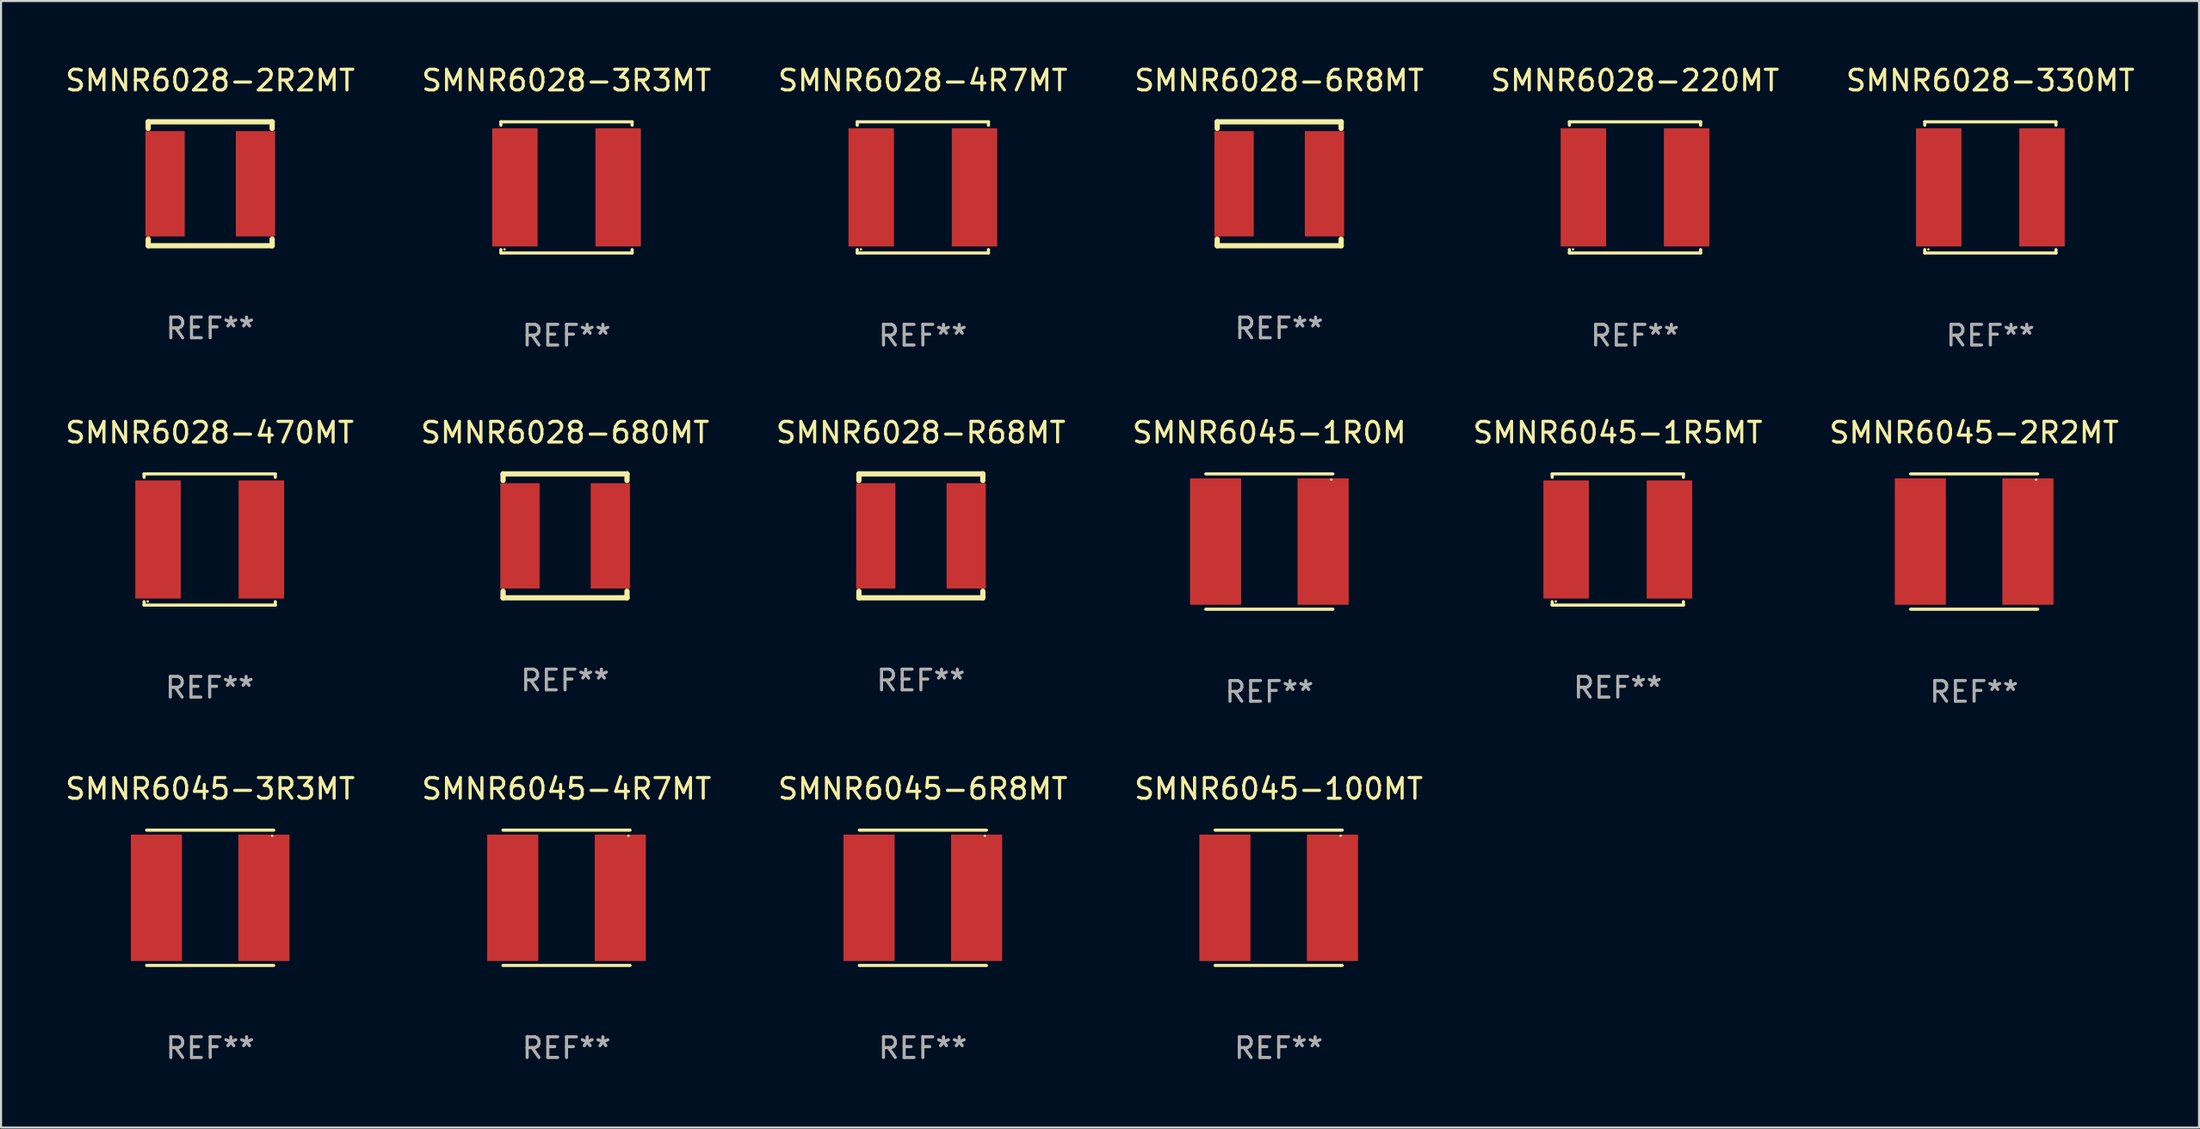
<source format=kicad_pcb>
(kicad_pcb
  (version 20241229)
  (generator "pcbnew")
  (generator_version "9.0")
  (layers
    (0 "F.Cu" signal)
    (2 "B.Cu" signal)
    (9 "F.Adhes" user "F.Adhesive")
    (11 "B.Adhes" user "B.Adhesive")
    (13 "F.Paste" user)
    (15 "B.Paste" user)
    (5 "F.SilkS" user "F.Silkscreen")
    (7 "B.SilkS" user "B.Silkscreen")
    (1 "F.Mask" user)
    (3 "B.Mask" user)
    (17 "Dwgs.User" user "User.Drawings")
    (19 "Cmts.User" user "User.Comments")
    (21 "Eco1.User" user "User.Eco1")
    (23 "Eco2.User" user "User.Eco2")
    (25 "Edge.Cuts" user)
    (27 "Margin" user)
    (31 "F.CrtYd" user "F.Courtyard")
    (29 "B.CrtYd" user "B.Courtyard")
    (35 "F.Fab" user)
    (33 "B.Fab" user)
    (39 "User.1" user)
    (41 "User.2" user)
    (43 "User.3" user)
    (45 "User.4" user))
  (footprint "SMNR6028-680MT"
    (layer "F.Cu")
    (at 24.304 22.897)
    (property "Reference" "SMNR6028-680MT" (at 0 -5 0) (layer "F.SilkS") (effects (font (size 1 1) (thickness 0.15))))
    (attr through_hole)
    (fp_line (start -3 -3) (end 3 -3) (stroke (width 0.254) (type solid)) (layer "F.SilkS"))
    (fp_line (start -3 -2.681) (end -3 -3) (stroke (width 0.254) (type solid)) (layer "F.SilkS"))
    (fp_line (start -3 3) (end -3 2.681) (stroke (width 0.254) (type solid)) (layer "F.SilkS"))
    (fp_line (start 3 -3) (end 3 -2.681) (stroke (width 0.254) (type solid)) (layer "F.SilkS"))
    (fp_line (start 3 2.681) (end 3 3) (stroke (width 0.254) (type solid)) (layer "F.SilkS"))
    (fp_line (start 3 3) (end -3 3) (stroke (width 0.254) (type solid)) (layer "F.SilkS"))
    (fp_circle (center -3 3) (end -2.97 3) (stroke (width 0.06) (type solid)) (fill no) (layer "F.SilkS"))
    (fp_text user "REF**" (at 0 7 0) (layer "F.Fab") (effects (font (size 1 1) (thickness 0.15))))
    (pad "1" smd rect (at -2.183 0) (size 1.9 5.1) (layers "F.Cu" "F.Mask" "F.Paste"))
    (pad "2" smd rect (at 2.193 0) (size 1.9 5.1) (layers "F.Cu" "F.Mask" "F.Paste")))
  (footprint "SMNR6028-3R3MT"
    (layer "F.Cu")
    (at 24.375 6.024)
    (property "Reference" "SMNR6028-3R3MT" (at 0 -5.176 0) (layer "F.SilkS") (effects (font (size 1 1) (thickness 0.15))))
    (attr through_hole)
    (fp_line (start -3.176 -3.176) (end 3.176 -3.176) (stroke (width 0.152) (type solid)) (layer "F.SilkS"))
    (fp_line (start -3.176 -3.012) (end -3.176 -3.176) (stroke (width 0.152) (type solid)) (layer "F.SilkS"))
    (fp_line (start -3.176 3.012) (end -3.176 3.176) (stroke (width 0.152) (type solid)) (layer "F.SilkS"))
    (fp_line (start -3.176 3.176) (end 3.176 3.176) (stroke (width 0.152) (type solid)) (layer "F.SilkS"))
    (fp_line (start 3.176 -3.176) (end 3.176 -3.012) (stroke (width 0.152) (type solid)) (layer "F.SilkS"))
    (fp_line (start 3.176 3.176) (end 3.176 3.012) (stroke (width 0.152) (type solid)) (layer "F.SilkS"))
    (fp_circle (center -3 3) (end -2.97 3) (stroke (width 0.06) (type solid)) (fill no) (layer "F.SilkS"))
    (fp_text user "REF**" (at 0 7.176 0) (layer "F.Fab") (effects (font (size 1 1) (thickness 0.15))))
    (pad "1" smd rect (at -2.5 0) (size 2.2 5.72) (layers "F.Cu" "F.Mask" "F.Paste"))
    (pad "2" smd rect (at 2.5 0) (size 2.2 5.72) (layers "F.Cu" "F.Mask" "F.Paste")))
  (footprint "SMNR6045-1R5MT"
    (layer "F.Cu")
    (at 75.268 23.073)
    (property "Reference" "SMNR6045-1R5MT" (at 0 -5.176 0) (layer "F.SilkS") (effects (font (size 1 1) (thickness 0.15))))
    (attr through_hole)
    (fp_line (start -3.176 -3.176) (end 3.176 -3.176) (stroke (width 0.152) (type solid)) (layer "F.SilkS"))
    (fp_line (start -3.176 -3.012) (end -3.176 -3.176) (stroke (width 0.152) (type solid)) (layer "F.SilkS"))
    (fp_line (start -3.176 3.012) (end -3.176 3.176) (stroke (width 0.152) (type solid)) (layer "F.SilkS"))
    (fp_line (start -3.176 3.176) (end 3.176 3.176) (stroke (width 0.152) (type solid)) (layer "F.SilkS"))
    (fp_line (start 3.176 -3.176) (end 3.176 -3.012) (stroke (width 0.152) (type solid)) (layer "F.SilkS"))
    (fp_line (start 3.176 3.176) (end 3.176 3.012) (stroke (width 0.152) (type solid)) (layer "F.SilkS"))
    (fp_circle (center -3 3) (end -2.97 3) (stroke (width 0.06) (type solid)) (fill no) (layer "F.SilkS"))
    (fp_text user "REF**" (at 0 7.176 0) (layer "F.Fab") (effects (font (size 1 1) (thickness 0.15))))
    (pad "1" smd rect (at -2.5 0) (size 2.2 5.72) (layers "F.Cu" "F.Mask" "F.Paste"))
    (pad "2" smd rect (at 2.5 0) (size 2.2 5.72) (layers "F.Cu" "F.Mask" "F.Paste")))
  (footprint "SMNR6045-3R3MT"
    (layer "F.Cu")
    (at 7.125 40.422)
    (property "Reference" "SMNR6045-3R3MT" (at 0 -5.276 0) (layer "F.SilkS") (effects (font (size 1 1) (thickness 0.15))))
    (attr through_hole)
    (fp_line (start -3.076 -3.276) (end 3.076 -3.276) (stroke (width 0.152) (type solid)) (layer "F.SilkS"))
    (fp_line (start 3.076 3.276) (end -3.076 3.276) (stroke (width 0.152) (type solid)) (layer "F.SilkS"))
    (fp_circle (center 3 -3) (end 3.03 -3) (stroke (width 0.06) (type solid)) (fill no) (layer "F.SilkS"))
    (fp_text user "REF**" (at 0 7.276 0) (layer "F.Fab") (effects (font (size 1 1) (thickness 0.15))))
    (pad "1" smd rect (at 2.603 0) (size 2.474 6.12) (layers "F.Cu" "F.Mask" "F.Paste"))
    (pad "2" smd rect (at -2.603 0) (size 2.474 6.12) (layers "F.Cu" "F.Mask" "F.Paste")))
  (footprint "SMNR6028-330MT"
    (layer "F.Cu")
    (at 93.304 6.024)
    (property "Reference" "SMNR6028-330MT" (at 0 -5.176 0) (layer "F.SilkS") (effects (font (size 1 1) (thickness 0.15))))
    (attr through_hole)
    (fp_line (start -3.176 -3.176) (end 3.176 -3.176) (stroke (width 0.152) (type solid)) (layer "F.SilkS"))
    (fp_line (start -3.176 -3.012) (end -3.176 -3.176) (stroke (width 0.152) (type solid)) (layer "F.SilkS"))
    (fp_line (start -3.176 3.012) (end -3.176 3.176) (stroke (width 0.152) (type solid)) (layer "F.SilkS"))
    (fp_line (start -3.176 3.176) (end 3.176 3.176) (stroke (width 0.152) (type solid)) (layer "F.SilkS"))
    (fp_line (start 3.176 -3.176) (end 3.176 -3.012) (stroke (width 0.152) (type solid)) (layer "F.SilkS"))
    (fp_line (start 3.176 3.176) (end 3.176 3.012) (stroke (width 0.152) (type solid)) (layer "F.SilkS"))
    (fp_circle (center -3 3) (end -2.97 3) (stroke (width 0.06) (type solid)) (fill no) (layer "F.SilkS"))
    (fp_text user "REF**" (at 0 7.176 0) (layer "F.Fab") (effects (font (size 1 1) (thickness 0.15))))
    (pad "1" smd rect (at -2.5 0) (size 2.2 5.72) (layers "F.Cu" "F.Mask" "F.Paste"))
    (pad "2" smd rect (at 2.5 0) (size 2.2 5.72) (layers "F.Cu" "F.Mask" "F.Paste")))
  (footprint "SMNR6028-R68MT"
    (layer "F.Cu")
    (at 41.53 22.897)
    (property "Reference" "SMNR6028-R68MT" (at 0 -5 0) (layer "F.SilkS") (effects (font (size 1 1) (thickness 0.15))))
    (attr through_hole)
    (fp_line (start -3 -3) (end 3 -3) (stroke (width 0.254) (type solid)) (layer "F.SilkS"))
    (fp_line (start -3 -2.681) (end -3 -3) (stroke (width 0.254) (type solid)) (layer "F.SilkS"))
    (fp_line (start -3 3) (end -3 2.681) (stroke (width 0.254) (type solid)) (layer "F.SilkS"))
    (fp_line (start 3 -3) (end 3 -2.681) (stroke (width 0.254) (type solid)) (layer "F.SilkS"))
    (fp_line (start 3 2.681) (end 3 3) (stroke (width 0.254) (type solid)) (layer "F.SilkS"))
    (fp_line (start 3 3) (end -3 3) (stroke (width 0.254) (type solid)) (layer "F.SilkS"))
    (fp_circle (center -3 3) (end -2.97 3) (stroke (width 0.06) (type solid)) (fill no) (layer "F.SilkS"))
    (fp_text user "REF**" (at 0 7 0) (layer "F.Fab") (effects (font (size 1 1) (thickness 0.15))))
    (pad "1" smd rect (at -2.183 0) (size 1.9 5.1) (layers "F.Cu" "F.Mask" "F.Paste"))
    (pad "2" smd rect (at 2.193 0) (size 1.9 5.1) (layers "F.Cu" "F.Mask" "F.Paste")))
  (footprint "SMNR6045-6R8MT"
    (layer "F.Cu")
    (at 41.625 40.422)
    (property "Reference" "SMNR6045-6R8MT" (at 0 -5.276 0) (layer "F.SilkS") (effects (font (size 1 1) (thickness 0.15))))
    (attr through_hole)
    (fp_line (start -3.076 -3.276) (end 3.076 -3.276) (stroke (width 0.152) (type solid)) (layer "F.SilkS"))
    (fp_line (start 3.076 3.276) (end -3.076 3.276) (stroke (width 0.152) (type solid)) (layer "F.SilkS"))
    (fp_circle (center 3 -3) (end 3.03 -3) (stroke (width 0.06) (type solid)) (fill no) (layer "F.SilkS"))
    (fp_text user "REF**" (at 0 7.276 0) (layer "F.Fab") (effects (font (size 1 1) (thickness 0.15))))
    (pad "1" smd rect (at 2.603 0) (size 2.474 6.12) (layers "F.Cu" "F.Mask" "F.Paste"))
    (pad "2" smd rect (at -2.603 0) (size 2.474 6.12) (layers "F.Cu" "F.Mask" "F.Paste")))
  (footprint "SMNR6045-4R7MT"
    (layer "F.Cu")
    (at 24.375 40.422)
    (property "Reference" "SMNR6045-4R7MT" (at 0 -5.276 0) (layer "F.SilkS") (effects (font (size 1 1) (thickness 0.15))))
    (attr through_hole)
    (fp_line (start -3.076 -3.276) (end 3.076 -3.276) (stroke (width 0.152) (type solid)) (layer "F.SilkS"))
    (fp_line (start 3.076 3.276) (end -3.076 3.276) (stroke (width 0.152) (type solid)) (layer "F.SilkS"))
    (fp_circle (center 3 -3) (end 3.03 -3) (stroke (width 0.06) (type solid)) (fill no) (layer "F.SilkS"))
    (fp_text user "REF**" (at 0 7.276 0) (layer "F.Fab") (effects (font (size 1 1) (thickness 0.15))))
    (pad "1" smd rect (at 2.603 0) (size 2.474 6.12) (layers "F.Cu" "F.Mask" "F.Paste"))
    (pad "2" smd rect (at -2.603 0) (size 2.474 6.12) (layers "F.Cu" "F.Mask" "F.Paste")))
  (footprint "SMNR6028-4R7MT"
    (layer "F.Cu")
    (at 41.625 6.024)
    (property "Reference" "SMNR6028-4R7MT" (at 0 -5.176 0) (layer "F.SilkS") (effects (font (size 1 1) (thickness 0.15))))
    (attr through_hole)
    (fp_line (start -3.176 -3.176) (end 3.176 -3.176) (stroke (width 0.152) (type solid)) (layer "F.SilkS"))
    (fp_line (start -3.176 -3.012) (end -3.176 -3.176) (stroke (width 0.152) (type solid)) (layer "F.SilkS"))
    (fp_line (start -3.176 3.012) (end -3.176 3.176) (stroke (width 0.152) (type solid)) (layer "F.SilkS"))
    (fp_line (start -3.176 3.176) (end 3.176 3.176) (stroke (width 0.152) (type solid)) (layer "F.SilkS"))
    (fp_line (start 3.176 -3.176) (end 3.176 -3.012) (stroke (width 0.152) (type solid)) (layer "F.SilkS"))
    (fp_line (start 3.176 3.176) (end 3.176 3.012) (stroke (width 0.152) (type solid)) (layer "F.SilkS"))
    (fp_circle (center -3 3) (end -2.97 3) (stroke (width 0.06) (type solid)) (fill no) (layer "F.SilkS"))
    (fp_text user "REF**" (at 0 7.176 0) (layer "F.Fab") (effects (font (size 1 1) (thickness 0.15))))
    (pad "1" smd rect (at -2.5 0) (size 2.2 5.72) (layers "F.Cu" "F.Mask" "F.Paste"))
    (pad "2" smd rect (at 2.5 0) (size 2.2 5.72) (layers "F.Cu" "F.Mask" "F.Paste")))
  (footprint "SMNR6045-2R2MT"
    (layer "F.Cu")
    (at 92.518 23.173)
    (property "Reference" "SMNR6045-2R2MT" (at 0 -5.276 0) (layer "F.SilkS") (effects (font (size 1 1) (thickness 0.15))))
    (attr through_hole)
    (fp_line (start -3.076 -3.276) (end 3.076 -3.276) (stroke (width 0.152) (type solid)) (layer "F.SilkS"))
    (fp_line (start 3.076 3.276) (end -3.076 3.276) (stroke (width 0.152) (type solid)) (layer "F.SilkS"))
    (fp_circle (center 3 -3) (end 3.03 -3) (stroke (width 0.06) (type solid)) (fill no) (layer "F.SilkS"))
    (fp_text user "REF**" (at 0 7.276 0) (layer "F.Fab") (effects (font (size 1 1) (thickness 0.15))))
    (pad "1" smd rect (at 2.603 0) (size 2.474 6.12) (layers "F.Cu" "F.Mask" "F.Paste"))
    (pad "2" smd rect (at -2.603 0) (size 2.474 6.12) (layers "F.Cu" "F.Mask" "F.Paste")))
  (footprint "SMNR6028-470MT"
    (layer "F.Cu")
    (at 7.101 23.073)
    (property "Reference" "SMNR6028-470MT" (at 0 -5.176 0) (layer "F.SilkS") (effects (font (size 1 1) (thickness 0.15))))
    (attr through_hole)
    (fp_line (start -3.176 -3.176) (end 3.176 -3.176) (stroke (width 0.152) (type solid)) (layer "F.SilkS"))
    (fp_line (start -3.176 -3.012) (end -3.176 -3.176) (stroke (width 0.152) (type solid)) (layer "F.SilkS"))
    (fp_line (start -3.176 3.012) (end -3.176 3.176) (stroke (width 0.152) (type solid)) (layer "F.SilkS"))
    (fp_line (start -3.176 3.176) (end 3.176 3.176) (stroke (width 0.152) (type solid)) (layer "F.SilkS"))
    (fp_line (start 3.176 -3.176) (end 3.176 -3.012) (stroke (width 0.152) (type solid)) (layer "F.SilkS"))
    (fp_line (start 3.176 3.176) (end 3.176 3.012) (stroke (width 0.152) (type solid)) (layer "F.SilkS"))
    (fp_circle (center -3 3) (end -2.97 3) (stroke (width 0.06) (type solid)) (fill no) (layer "F.SilkS"))
    (fp_text user "REF**" (at 0 7.176 0) (layer "F.Fab") (effects (font (size 1 1) (thickness 0.15))))
    (pad "1" smd rect (at -2.5 0) (size 2.2 5.72) (layers "F.Cu" "F.Mask" "F.Paste"))
    (pad "2" smd rect (at 2.5 0) (size 2.2 5.72) (layers "F.Cu" "F.Mask" "F.Paste")))
  (footprint "SMNR6028-6R8MT"
    (layer "F.Cu")
    (at 58.875 5.848)
    (property "Reference" "SMNR6028-6R8MT" (at 0 -5 0) (layer "F.SilkS") (effects (font (size 1 1) (thickness 0.15))))
    (attr through_hole)
    (fp_line (start -3 -3) (end 3 -3) (stroke (width 0.254) (type solid)) (layer "F.SilkS"))
    (fp_line (start -3 -2.681) (end -3 -3) (stroke (width 0.254) (type solid)) (layer "F.SilkS"))
    (fp_line (start -3 3) (end -3 2.681) (stroke (width 0.254) (type solid)) (layer "F.SilkS"))
    (fp_line (start 3 -3) (end 3 -2.681) (stroke (width 0.254) (type solid)) (layer "F.SilkS"))
    (fp_line (start 3 2.681) (end 3 3) (stroke (width 0.254) (type solid)) (layer "F.SilkS"))
    (fp_line (start 3 3) (end -3 3) (stroke (width 0.254) (type solid)) (layer "F.SilkS"))
    (fp_circle (center -3 3) (end -2.97 3) (stroke (width 0.06) (type solid)) (fill no) (layer "F.SilkS"))
    (fp_text user "REF**" (at 0 7 0) (layer "F.Fab") (effects (font (size 1 1) (thickness 0.15))))
    (pad "1" smd rect (at -2.183 0) (size 1.9 5.1) (layers "F.Cu" "F.Mask" "F.Paste"))
    (pad "2" smd rect (at 2.193 0) (size 1.9 5.1) (layers "F.Cu" "F.Mask" "F.Paste")))
  (footprint "SMNR6028-220MT"
    (layer "F.Cu")
    (at 76.101 6.024)
    (property "Reference" "SMNR6028-220MT" (at 0 -5.176 0) (layer "F.SilkS") (effects (font (size 1 1) (thickness 0.15))))
    (attr through_hole)
    (fp_line (start -3.176 -3.176) (end 3.176 -3.176) (stroke (width 0.152) (type solid)) (layer "F.SilkS"))
    (fp_line (start -3.176 -3.012) (end -3.176 -3.176) (stroke (width 0.152) (type solid)) (layer "F.SilkS"))
    (fp_line (start -3.176 3.012) (end -3.176 3.176) (stroke (width 0.152) (type solid)) (layer "F.SilkS"))
    (fp_line (start -3.176 3.176) (end 3.176 3.176) (stroke (width 0.152) (type solid)) (layer "F.SilkS"))
    (fp_line (start 3.176 -3.176) (end 3.176 -3.012) (stroke (width 0.152) (type solid)) (layer "F.SilkS"))
    (fp_line (start 3.176 3.176) (end 3.176 3.012) (stroke (width 0.152) (type solid)) (layer "F.SilkS"))
    (fp_circle (center -3 3) (end -2.97 3) (stroke (width 0.06) (type solid)) (fill no) (layer "F.SilkS"))
    (fp_text user "REF**" (at 0 7.176 0) (layer "F.Fab") (effects (font (size 1 1) (thickness 0.15))))
    (pad "1" smd rect (at -2.5 0) (size 2.2 5.72) (layers "F.Cu" "F.Mask" "F.Paste"))
    (pad "2" smd rect (at 2.5 0) (size 2.2 5.72) (layers "F.Cu" "F.Mask" "F.Paste")))
  (footprint "SMNR6045-100MT"
    (layer "F.Cu")
    (at 58.851 40.422)
    (property "Reference" "SMNR6045-100MT" (at 0 -5.276 0) (layer "F.SilkS") (effects (font (size 1 1) (thickness 0.15))))
    (attr through_hole)
    (fp_line (start -3.076 -3.276) (end 3.076 -3.276) (stroke (width 0.152) (type solid)) (layer "F.SilkS"))
    (fp_line (start 3.076 3.276) (end -3.076 3.276) (stroke (width 0.152) (type solid)) (layer "F.SilkS"))
    (fp_circle (center 3 -3) (end 3.03 -3) (stroke (width 0.06) (type solid)) (fill no) (layer "F.SilkS"))
    (fp_text user "REF**" (at 0 7.276 0) (layer "F.Fab") (effects (font (size 1 1) (thickness 0.15))))
    (pad "1" smd rect (at 2.603 0) (size 2.474 6.12) (layers "F.Cu" "F.Mask" "F.Paste"))
    (pad "2" smd rect (at -2.603 0) (size 2.474 6.12) (layers "F.Cu" "F.Mask" "F.Paste")))
  (footprint "SMNR6045-1R0M"
    (layer "F.Cu")
    (at 58.399 23.173)
    (property "Reference" "SMNR6045-1R0M" (at 0 -5.276 0) (layer "F.SilkS") (effects (font (size 1 1) (thickness 0.15))))
    (attr through_hole)
    (fp_line (start -3.076 -3.276) (end 3.076 -3.276) (stroke (width 0.152) (type solid)) (layer "F.SilkS"))
    (fp_line (start 3.076 3.276) (end -3.076 3.276) (stroke (width 0.152) (type solid)) (layer "F.SilkS"))
    (fp_circle (center 3 -3) (end 3.03 -3) (stroke (width 0.06) (type solid)) (fill no) (layer "F.SilkS"))
    (fp_text user "REF**" (at 0 7.276 0) (layer "F.Fab") (effects (font (size 1 1) (thickness 0.15))))
    (pad "1" smd rect (at 2.603 0) (size 2.474 6.12) (layers "F.Cu" "F.Mask" "F.Paste"))
    (pad "2" smd rect (at -2.603 0) (size 2.474 6.12) (layers "F.Cu" "F.Mask" "F.Paste")))
  (footprint "SMNR6028-2R2MT"
    (layer "F.Cu")
    (at 7.125 5.848)
    (property "Reference" "SMNR6028-2R2MT" (at 0 -5 0) (layer "F.SilkS") (effects (font (size 1 1) (thickness 0.15))))
    (attr through_hole)
    (fp_line (start -3 -3) (end 3 -3) (stroke (width 0.254) (type solid)) (layer "F.SilkS"))
    (fp_line (start -3 -2.681) (end -3 -3) (stroke (width 0.254) (type solid)) (layer "F.SilkS"))
    (fp_line (start -3 3) (end -3 2.681) (stroke (width 0.254) (type solid)) (layer "F.SilkS"))
    (fp_line (start 3 -3) (end 3 -2.681) (stroke (width 0.254) (type solid)) (layer "F.SilkS"))
    (fp_line (start 3 2.681) (end 3 3) (stroke (width 0.254) (type solid)) (layer "F.SilkS"))
    (fp_line (start 3 3) (end -3 3) (stroke (width 0.254) (type solid)) (layer "F.SilkS"))
    (fp_circle (center -3 3) (end -2.97 3) (stroke (width 0.06) (type solid)) (fill no) (layer "F.SilkS"))
    (fp_text user "REF**" (at 0 7 0) (layer "F.Fab") (effects (font (size 1 1) (thickness 0.15))))
    (pad "1" smd rect (at -2.183 0) (size 1.9 5.1) (layers "F.Cu" "F.Mask" "F.Paste"))
    (pad "2" smd rect (at 2.193 0) (size 1.9 5.1) (layers "F.Cu" "F.Mask" "F.Paste")))
  (gr_rect
    (start -3 -3)
    (end 103.405 51.547)
    (stroke (width 0.1) (type default))
    (fill no)
    (layer "Edge.Cuts")))
</source>
